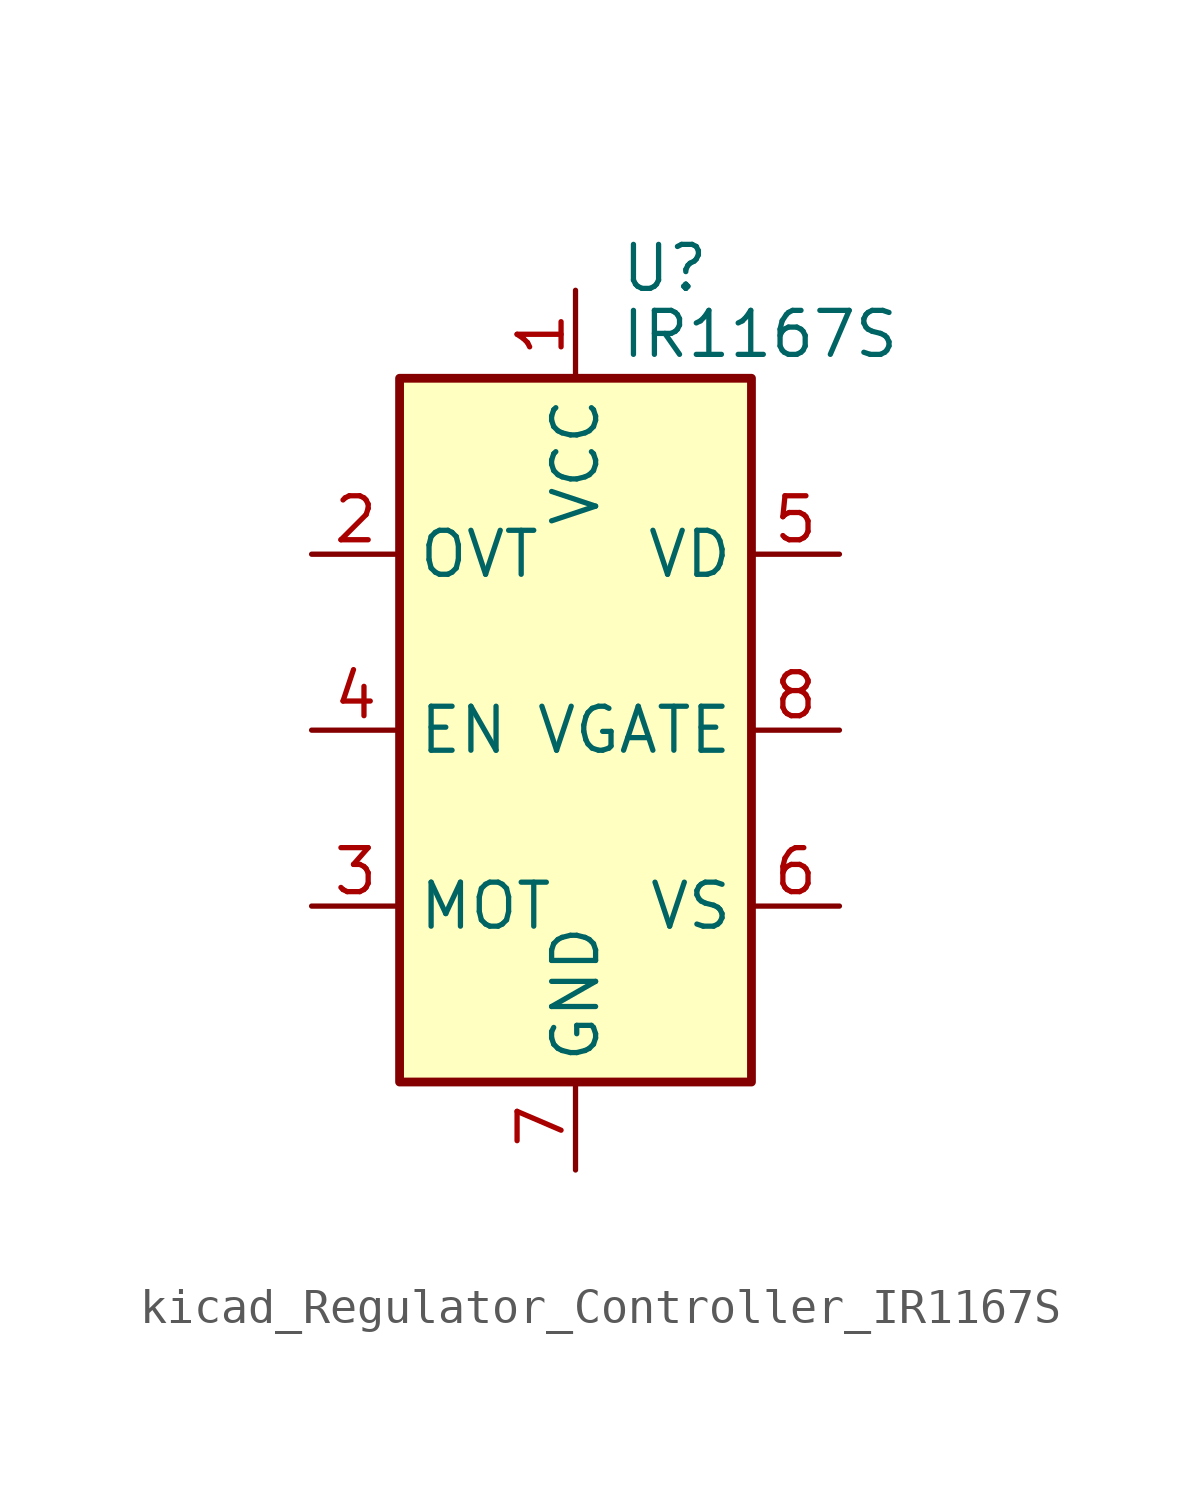
<source format=kicad_sym>
(kicad_symbol_lib
  (version 20220914)
  (generator kicad_symbol_editor)
  (symbol "kicad_Regulator_Controller_IR1167S"
    (property "Reference" "U"
      (at 1.27 13.335 0)
      (effects (font (size 1.27 1.27)) (justify left)))
    (property "Value" "IR1167S"
      (at 1.27 11.43 0)
      (effects (font (size 1.27 1.27)) (justify left)))
    (symbol "kicad_Regulator_Controller_IR1167S_0_1"
      (rectangle (start -5.08 -10.16) (end 5.08 10.16) (stroke (width 0.254) (type default)) (fill (type background))))
    (symbol "kicad_Regulator_Controller_IR1167S_1_1"
      (pin power_in line (at 0 12.7 270) (length 2.54) (name "VCC" (effects (font (size 1.27 1.27)))) (number "1" (effects (font (size 1.27 1.27)))))
      (pin input line (at -7.62 5.08 0) (length 2.54) (name "OVT" (effects (font (size 1.27 1.27)))) (number "2" (effects (font (size 1.27 1.27)))))
      (pin passive line (at -7.62 -5.08 0) (length 2.54) (name "MOT" (effects (font (size 1.27 1.27)))) (number "3" (effects (font (size 1.27 1.27)))))
      (pin input line (at -7.62 0 0) (length 2.54) (name "EN" (effects (font (size 1.27 1.27)))) (number "4" (effects (font (size 1.27 1.27)))))
      (pin input line (at 7.62 5.08 180) (length 2.54) (name "VD" (effects (font (size 1.27 1.27)))) (number "5" (effects (font (size 1.27 1.27)))))
      (pin input line (at 7.62 -5.08 180) (length 2.54) (name "VS" (effects (font (size 1.27 1.27)))) (number "6" (effects (font (size 1.27 1.27)))))
      (pin power_in line (at 0 -12.7 90) (length 2.54) (name "GND" (effects (font (size 1.27 1.27)))) (number "7" (effects (font (size 1.27 1.27)))))
      (pin output line (at 7.62 0 180) (length 2.54) (name "VGATE" (effects (font (size 1.27 1.27)))) (number "8" (effects (font (size 1.27 1.27))))))))
</source>
